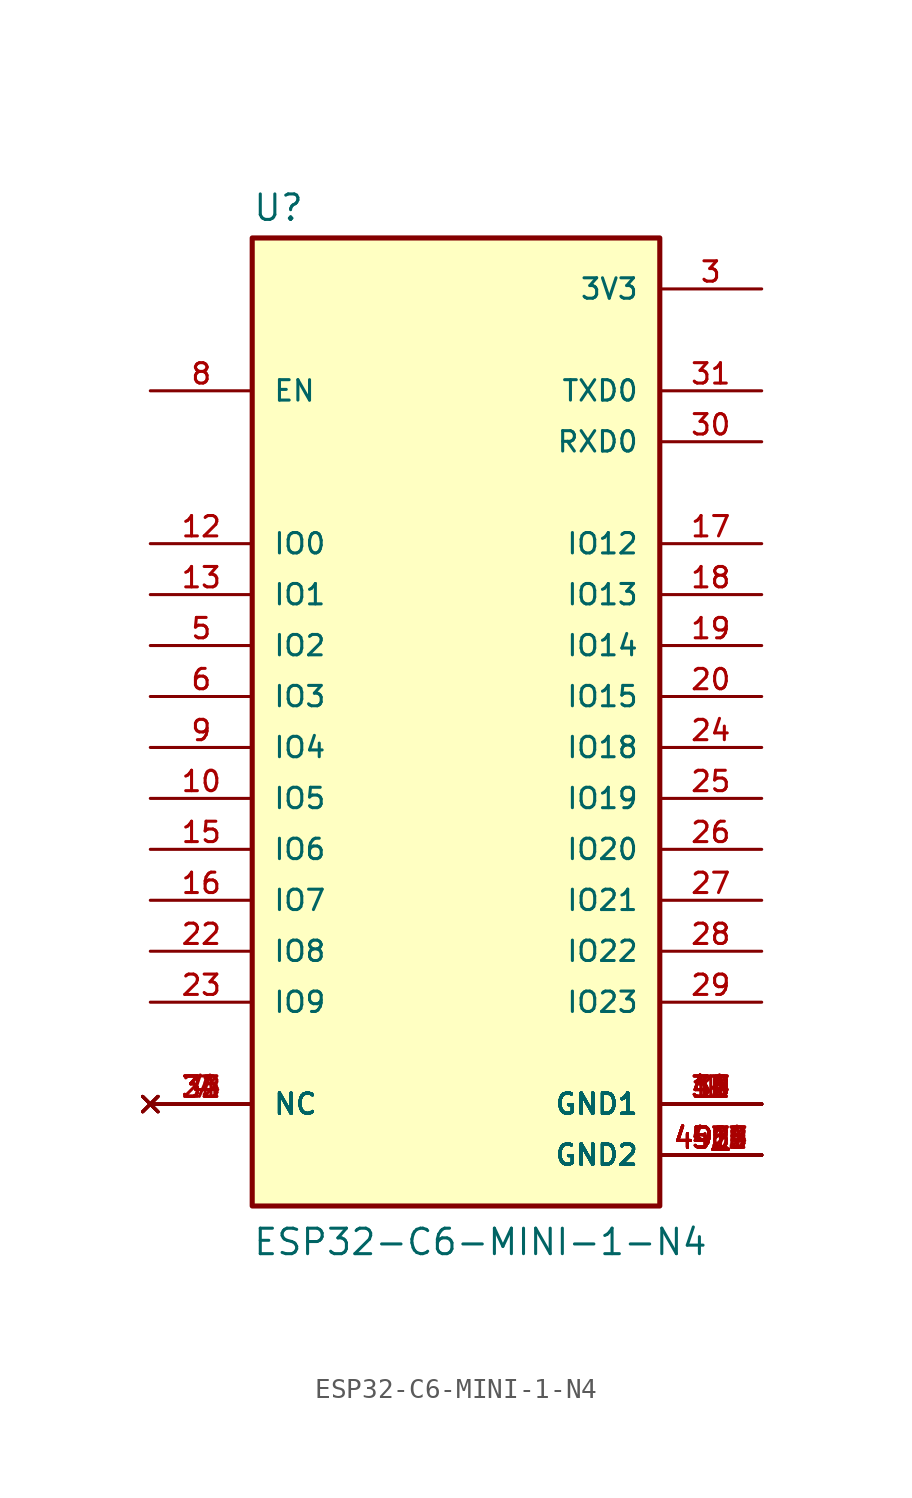
<source format=kicad_sym>
(kicad_symbol_lib
  (version 20211014)
  (generator kicad_symbol_editor)
  (symbol "ESP32-C6-MINI-1-N4"
    (pin_names
      (offset 1.016))
    (property "Reference" "U"
      (at -10.16 23.622 0)
      (effects (font (size 1.27 1.27)) (justify left bottom)))
    (property "Value" "ESP32-C6-MINI-1-N4"
      (at -10.16 -27.94 0)
      (effects (font (size 1.27 1.27)) (justify left bottom)))
    (symbol "ESP32-C6-MINI-1-N4_0_0"
      (rectangle (start -10.16 -25.4) (end 10.16 22.86) (stroke (width 0.254) (type default) (color 0 0 0 0)) (fill (type background)))
      (pin power_in line (at 15.24 -20.32 180) (length 5.08) (name "GND1" (effects (font (size 1.016 1.016)))) (number "1" (effects (font (size 1.016 1.016)))))
      (pin bidirectional line (at -15.24 -5.08 0) (length 5.08) (name "IO5" (effects (font (size 1.016 1.016)))) (number "10" (effects (font (size 1.016 1.016)))))
      (pin power_in line (at 15.24 -20.32 180) (length 5.08) (name "GND1" (effects (font (size 1.016 1.016)))) (number "11" (effects (font (size 1.016 1.016)))))
      (pin bidirectional line (at -15.24 7.62 0) (length 5.08) (name "IO0" (effects (font (size 1.016 1.016)))) (number "12" (effects (font (size 1.016 1.016)))))
      (pin bidirectional line (at -15.24 5.08 0) (length 5.08) (name "IO1" (effects (font (size 1.016 1.016)))) (number "13" (effects (font (size 1.016 1.016)))))
      (pin power_in line (at 15.24 -20.32 180) (length 5.08) (name "GND1" (effects (font (size 1.016 1.016)))) (number "14" (effects (font (size 1.016 1.016)))))
      (pin bidirectional line (at -15.24 -7.62 0) (length 5.08) (name "IO6" (effects (font (size 1.016 1.016)))) (number "15" (effects (font (size 1.016 1.016)))))
      (pin bidirectional line (at -15.24 -10.16 0) (length 5.08) (name "IO7" (effects (font (size 1.016 1.016)))) (number "16" (effects (font (size 1.016 1.016)))))
      (pin bidirectional line (at 15.24 7.62 180) (length 5.08) (name "IO12" (effects (font (size 1.016 1.016)))) (number "17" (effects (font (size 1.016 1.016)))))
      (pin bidirectional line (at 15.24 5.08 180) (length 5.08) (name "IO13" (effects (font (size 1.016 1.016)))) (number "18" (effects (font (size 1.016 1.016)))))
      (pin bidirectional line (at 15.24 2.54 180) (length 5.08) (name "IO14" (effects (font (size 1.016 1.016)))) (number "19" (effects (font (size 1.016 1.016)))))
      (pin power_in line (at 15.24 -20.32 180) (length 5.08) (name "GND1" (effects (font (size 1.016 1.016)))) (number "2" (effects (font (size 1.016 1.016)))))
      (pin bidirectional line (at 15.24 0 180) (length 5.08) (name "IO15" (effects (font (size 1.016 1.016)))) (number "20" (effects (font (size 1.016 1.016)))))
      (pin no_connect line (at -15.24 -20.32 0) (length 5.08) (name "NC" (effects (font (size 1.016 1.016)))) (number "21" (effects (font (size 1.016 1.016)))))
      (pin bidirectional line (at -15.24 -12.7 0) (length 5.08) (name "IO8" (effects (font (size 1.016 1.016)))) (number "22" (effects (font (size 1.016 1.016)))))
      (pin bidirectional line (at -15.24 -15.24 0) (length 5.08) (name "IO9" (effects (font (size 1.016 1.016)))) (number "23" (effects (font (size 1.016 1.016)))))
      (pin bidirectional line (at 15.24 -2.54 180) (length 5.08) (name "IO18" (effects (font (size 1.016 1.016)))) (number "24" (effects (font (size 1.016 1.016)))))
      (pin bidirectional line (at 15.24 -5.08 180) (length 5.08) (name "IO19" (effects (font (size 1.016 1.016)))) (number "25" (effects (font (size 1.016 1.016)))))
      (pin bidirectional line (at 15.24 -7.62 180) (length 5.08) (name "IO20" (effects (font (size 1.016 1.016)))) (number "26" (effects (font (size 1.016 1.016)))))
      (pin bidirectional line (at 15.24 -10.16 180) (length 5.08) (name "IO21" (effects (font (size 1.016 1.016)))) (number "27" (effects (font (size 1.016 1.016)))))
      (pin bidirectional line (at 15.24 -12.7 180) (length 5.08) (name "IO22" (effects (font (size 1.016 1.016)))) (number "28" (effects (font (size 1.016 1.016)))))
      (pin bidirectional line (at 15.24 -15.24 180) (length 5.08) (name "IO23" (effects (font (size 1.016 1.016)))) (number "29" (effects (font (size 1.016 1.016)))))
      (pin power_in line (at 15.24 20.32 180) (length 5.08) (name "3V3" (effects (font (size 1.016 1.016)))) (number "3" (effects (font (size 1.016 1.016)))))
      (pin bidirectional line (at 15.24 12.7 180) (length 5.08) (name "RXD0" (effects (font (size 1.016 1.016)))) (number "30" (effects (font (size 1.016 1.016)))))
      (pin bidirectional line (at 15.24 15.24 180) (length 5.08) (name "TXD0" (effects (font (size 1.016 1.016)))) (number "31" (effects (font (size 1.016 1.016)))))
      (pin no_connect line (at -15.24 -20.32 0) (length 5.08) (name "NC" (effects (font (size 1.016 1.016)))) (number "32" (effects (font (size 1.016 1.016)))))
      (pin no_connect line (at -15.24 -20.32 0) (length 5.08) (name "NC" (effects (font (size 1.016 1.016)))) (number "33" (effects (font (size 1.016 1.016)))))
      (pin no_connect line (at -15.24 -20.32 0) (length 5.08) (name "NC" (effects (font (size 1.016 1.016)))) (number "34" (effects (font (size 1.016 1.016)))))
      (pin no_connect line (at -15.24 -20.32 0) (length 5.08) (name "NC" (effects (font (size 1.016 1.016)))) (number "35" (effects (font (size 1.016 1.016)))))
      (pin power_in line (at 15.24 -20.32 180) (length 5.08) (name "GND1" (effects (font (size 1.016 1.016)))) (number "36" (effects (font (size 1.016 1.016)))))
      (pin power_in line (at 15.24 -20.32 180) (length 5.08) (name "GND1" (effects (font (size 1.016 1.016)))) (number "37" (effects (font (size 1.016 1.016)))))
      (pin power_in line (at 15.24 -20.32 180) (length 5.08) (name "GND1" (effects (font (size 1.016 1.016)))) (number "38" (effects (font (size 1.016 1.016)))))
      (pin power_in line (at 15.24 -20.32 180) (length 5.08) (name "GND1" (effects (font (size 1.016 1.016)))) (number "39" (effects (font (size 1.016 1.016)))))
      (pin no_connect line (at -15.24 -20.32 0) (length 5.08) (name "NC" (effects (font (size 1.016 1.016)))) (number "4" (effects (font (size 1.016 1.016)))))
      (pin power_in line (at 15.24 -20.32 180) (length 5.08) (name "GND1" (effects (font (size 1.016 1.016)))) (number "40" (effects (font (size 1.016 1.016)))))
      (pin power_in line (at 15.24 -20.32 180) (length 5.08) (name "GND1" (effects (font (size 1.016 1.016)))) (number "41" (effects (font (size 1.016 1.016)))))
      (pin power_in line (at 15.24 -20.32 180) (length 5.08) (name "GND1" (effects (font (size 1.016 1.016)))) (number "42" (effects (font (size 1.016 1.016)))))
      (pin power_in line (at 15.24 -20.32 180) (length 5.08) (name "GND1" (effects (font (size 1.016 1.016)))) (number "43" (effects (font (size 1.016 1.016)))))
      (pin power_in line (at 15.24 -20.32 180) (length 5.08) (name "GND1" (effects (font (size 1.016 1.016)))) (number "44" (effects (font (size 1.016 1.016)))))
      (pin power_in line (at 15.24 -20.32 180) (length 5.08) (name "GND1" (effects (font (size 1.016 1.016)))) (number "45" (effects (font (size 1.016 1.016)))))
      (pin power_in line (at 15.24 -20.32 180) (length 5.08) (name "GND1" (effects (font (size 1.016 1.016)))) (number "46" (effects (font (size 1.016 1.016)))))
      (pin power_in line (at 15.24 -22.86 180) (length 5.08) (name "GND2" (effects (font (size 1.016 1.016)))) (number "47" (effects (font (size 1.016 1.016)))))
      (pin power_in line (at 15.24 -22.86 180) (length 5.08) (name "GND2" (effects (font (size 1.016 1.016)))) (number "48" (effects (font (size 1.016 1.016)))))
      (pin power_in line (at 15.24 -22.86 180) (length 5.08) (name "GND2" (effects (font (size 1.016 1.016)))) (number "49_1" (effects (font (size 1.016 1.016)))))
      (pin power_in line (at 15.24 -22.86 180) (length 5.08) (name "GND2" (effects (font (size 1.016 1.016)))) (number "49_2" (effects (font (size 1.016 1.016)))))
      (pin power_in line (at 15.24 -22.86 180) (length 5.08) (name "GND2" (effects (font (size 1.016 1.016)))) (number "49_3" (effects (font (size 1.016 1.016)))))
      (pin power_in line (at 15.24 -22.86 180) (length 5.08) (name "GND2" (effects (font (size 1.016 1.016)))) (number "49_4" (effects (font (size 1.016 1.016)))))
      (pin power_in line (at 15.24 -22.86 180) (length 5.08) (name "GND2" (effects (font (size 1.016 1.016)))) (number "49_5" (effects (font (size 1.016 1.016)))))
      (pin power_in line (at 15.24 -22.86 180) (length 5.08) (name "GND2" (effects (font (size 1.016 1.016)))) (number "49_6" (effects (font (size 1.016 1.016)))))
      (pin power_in line (at 15.24 -22.86 180) (length 5.08) (name "GND2" (effects (font (size 1.016 1.016)))) (number "49_7" (effects (font (size 1.016 1.016)))))
      (pin power_in line (at 15.24 -22.86 180) (length 5.08) (name "GND2" (effects (font (size 1.016 1.016)))) (number "49_8" (effects (font (size 1.016 1.016)))))
      (pin power_in line (at 15.24 -22.86 180) (length 5.08) (name "GND2" (effects (font (size 1.016 1.016)))) (number "49_9" (effects (font (size 1.016 1.016)))))
      (pin bidirectional line (at -15.24 2.54 0) (length 5.08) (name "IO2" (effects (font (size 1.016 1.016)))) (number "5" (effects (font (size 1.016 1.016)))))
      (pin power_in line (at 15.24 -22.86 180) (length 5.08) (name "GND2" (effects (font (size 1.016 1.016)))) (number "50" (effects (font (size 1.016 1.016)))))
      (pin power_in line (at 15.24 -22.86 180) (length 5.08) (name "GND2" (effects (font (size 1.016 1.016)))) (number "51" (effects (font (size 1.016 1.016)))))
      (pin power_in line (at 15.24 -22.86 180) (length 5.08) (name "GND2" (effects (font (size 1.016 1.016)))) (number "52" (effects (font (size 1.016 1.016)))))
      (pin power_in line (at 15.24 -22.86 180) (length 5.08) (name "GND2" (effects (font (size 1.016 1.016)))) (number "53" (effects (font (size 1.016 1.016)))))
      (pin bidirectional line (at -15.24 0 0) (length 5.08) (name "IO3" (effects (font (size 1.016 1.016)))) (number "6" (effects (font (size 1.016 1.016)))))
      (pin no_connect line (at -15.24 -20.32 0) (length 5.08) (name "NC" (effects (font (size 1.016 1.016)))) (number "7" (effects (font (size 1.016 1.016)))))
      (pin input line (at -15.24 15.24 0) (length 5.08) (name "EN" (effects (font (size 1.016 1.016)))) (number "8" (effects (font (size 1.016 1.016)))))
      (pin bidirectional line (at -15.24 -2.54 0) (length 5.08) (name "IO4" (effects (font (size 1.016 1.016)))) (number "9" (effects (font (size 1.016 1.016))))))))
</source>
